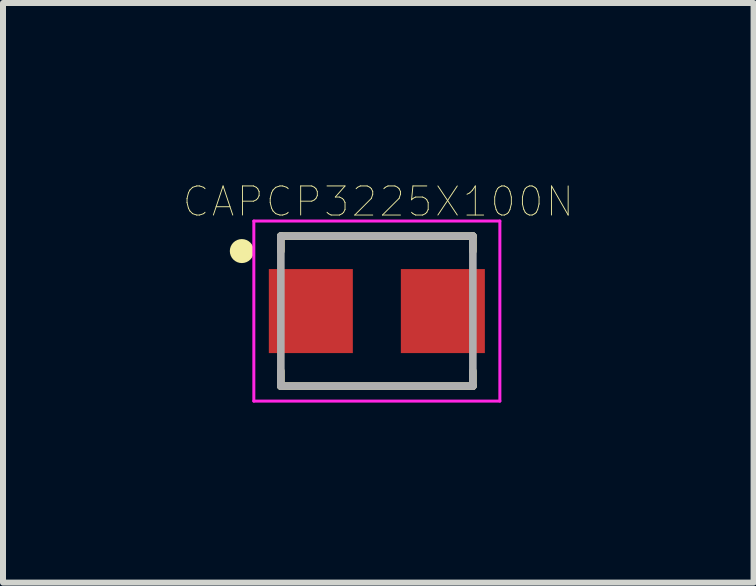
<source format=kicad_pcb>
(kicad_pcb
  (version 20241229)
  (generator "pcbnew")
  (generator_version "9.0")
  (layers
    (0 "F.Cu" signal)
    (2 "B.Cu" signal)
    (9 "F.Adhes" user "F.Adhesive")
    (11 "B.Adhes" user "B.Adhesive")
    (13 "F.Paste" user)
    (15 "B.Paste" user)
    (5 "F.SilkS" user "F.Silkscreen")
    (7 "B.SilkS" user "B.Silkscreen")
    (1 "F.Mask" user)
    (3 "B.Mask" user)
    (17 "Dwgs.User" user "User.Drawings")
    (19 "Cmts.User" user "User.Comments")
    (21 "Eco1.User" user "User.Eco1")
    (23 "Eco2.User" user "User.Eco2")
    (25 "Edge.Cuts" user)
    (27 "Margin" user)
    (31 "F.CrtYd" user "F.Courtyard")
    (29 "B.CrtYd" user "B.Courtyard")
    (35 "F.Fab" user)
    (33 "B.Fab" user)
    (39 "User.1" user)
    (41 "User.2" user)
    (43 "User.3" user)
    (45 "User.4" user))
  (footprint "CAPCP3225X100N"
    (layer "F.Cu")
    (at 3.23 2.134)
    (property "Reference" "CAPCP3225X100N" (at 0.024 -1.824 0) (layer "F.SilkS") (effects (font (size 0.485 0.485) (thickness 0.015))))
    (attr through_hole)
    (fp_line (start -1.6 -1.25) (end -1.6 -1) (stroke (width 0.127) (type solid)) (layer "F.SilkS"))
    (fp_line (start -1.6 1.25) (end -1.6 1) (stroke (width 0.127) (type solid)) (layer "F.SilkS"))
    (fp_line (start 1.6 -1.25) (end -1.6 -1.25) (stroke (width 0.127) (type solid)) (layer "F.SilkS"))
    (fp_line (start 1.6 -1) (end 1.6 -1.25) (stroke (width 0.127) (type solid)) (layer "F.SilkS"))
    (fp_line (start 1.6 1) (end 1.6 1.25) (stroke (width 0.127) (type solid)) (layer "F.SilkS"))
    (fp_line (start 1.6 1.25) (end -1.6 1.25) (stroke (width 0.127) (type solid)) (layer "F.SilkS"))
    (fp_circle (center -2.25 -1) (end -2.15 -1) (stroke (width 0.2) (type solid)) (fill no) (layer "F.SilkS"))
    (fp_line (start -2.05 -1.5) (end 2.05 -1.5) (stroke (width 0.05) (type solid)) (layer "F.CrtYd"))
    (fp_line (start -2.05 1.5) (end -2.05 -1.5) (stroke (width 0.05) (type solid)) (layer "F.CrtYd"))
    (fp_line (start 2.05 -1.5) (end 2.05 1.5) (stroke (width 0.05) (type solid)) (layer "F.CrtYd"))
    (fp_line (start 2.05 1.5) (end -2.05 1.5) (stroke (width 0.05) (type solid)) (layer "F.CrtYd"))
    (fp_line (start -1.6 -1.25) (end 1.6 -1.25) (stroke (width 0.127) (type solid)) (layer "F.Fab"))
    (fp_line (start -1.6 1.25) (end -1.6 -1.25) (stroke (width 0.127) (type solid)) (layer "F.Fab"))
    (fp_line (start 1.6 -1.25) (end 1.6 1.25) (stroke (width 0.127) (type solid)) (layer "F.Fab"))
    (fp_line (start 1.6 1.25) (end -1.6 1.25) (stroke (width 0.127) (type solid)) (layer "F.Fab"))
    (pad "1" smd rect (at -1.1 0) (size 1.4 1.4) (layers "F.Cu" "F.Mask" "F.Paste"))
    (pad "2" smd rect (at 1.1 0) (size 1.4 1.4) (layers "F.Cu" "F.Mask" "F.Paste")))
  (gr_rect
    (start -3 -3)
    (end 9.508 6.659)
    (stroke (width 0.1) (type default))
    (fill no)
    (layer "Edge.Cuts")))
</source>
